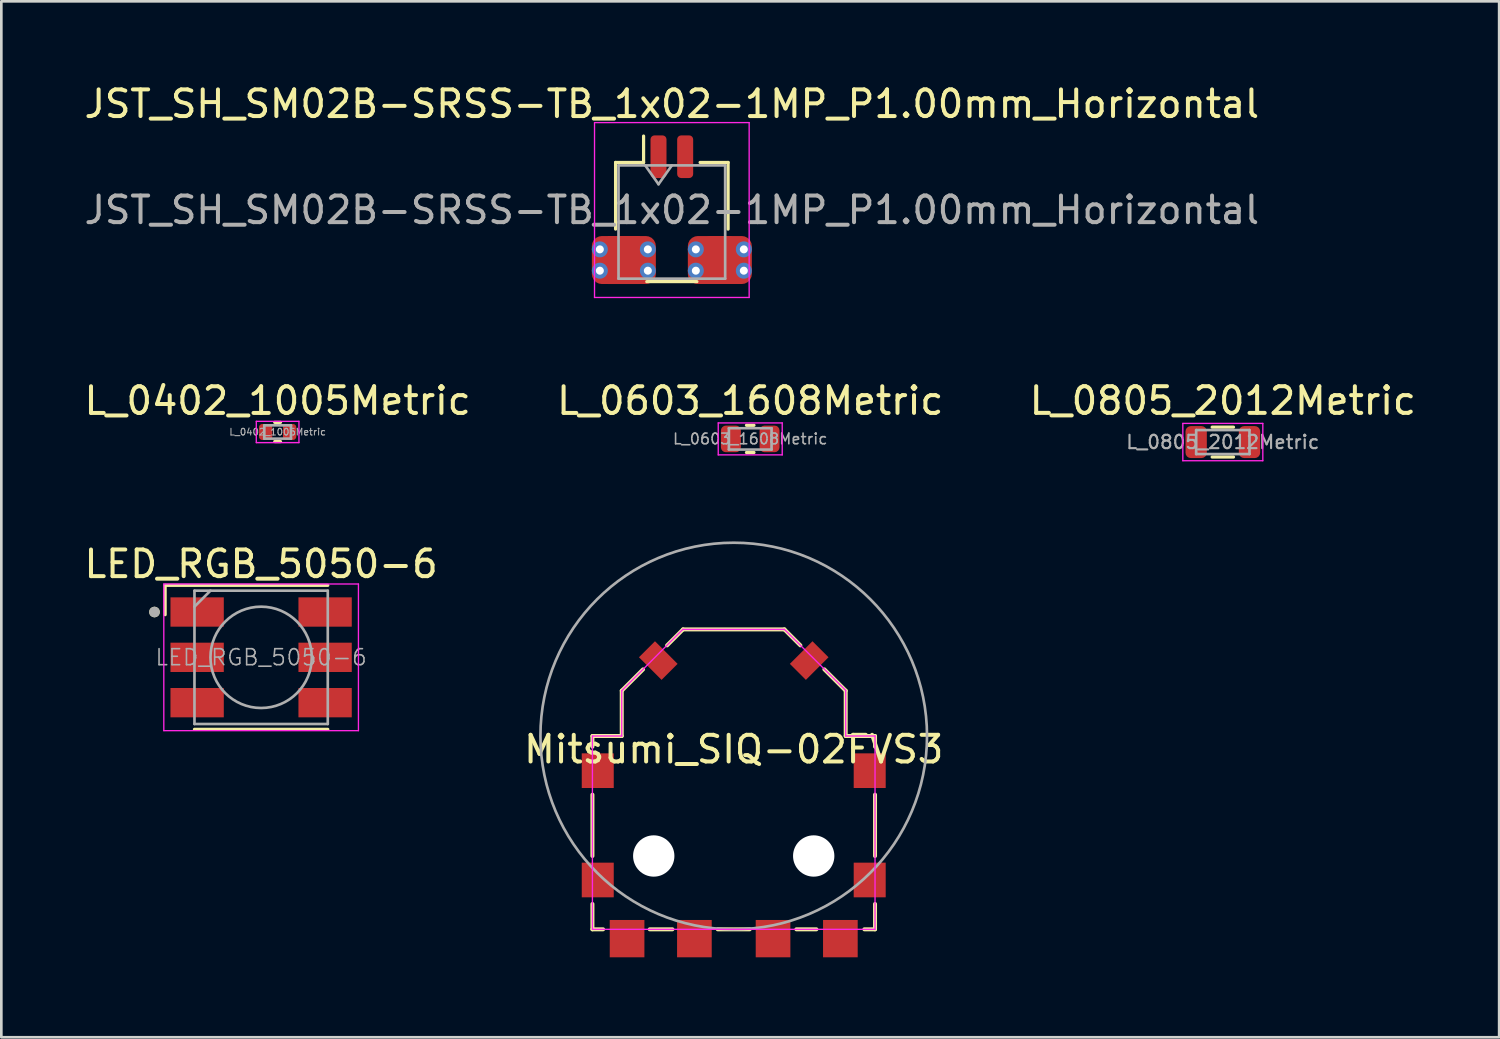
<source format=kicad_pcb>
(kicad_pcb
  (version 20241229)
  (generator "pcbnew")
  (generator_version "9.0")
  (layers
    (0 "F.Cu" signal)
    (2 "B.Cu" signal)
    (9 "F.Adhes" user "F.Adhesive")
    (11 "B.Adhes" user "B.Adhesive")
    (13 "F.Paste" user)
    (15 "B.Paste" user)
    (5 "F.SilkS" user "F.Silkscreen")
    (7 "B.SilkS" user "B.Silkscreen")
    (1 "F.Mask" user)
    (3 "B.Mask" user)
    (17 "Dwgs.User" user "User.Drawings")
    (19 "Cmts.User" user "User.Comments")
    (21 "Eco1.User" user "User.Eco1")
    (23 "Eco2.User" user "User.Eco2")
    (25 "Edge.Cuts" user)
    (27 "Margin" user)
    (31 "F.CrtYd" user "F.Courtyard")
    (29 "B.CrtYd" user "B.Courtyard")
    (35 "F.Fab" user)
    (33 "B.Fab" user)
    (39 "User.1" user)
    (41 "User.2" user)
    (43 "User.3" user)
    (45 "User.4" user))
  (footprint "LED_RGB_5050-6"
    (layer "F.Cu")
    (at 6.744 21.605)
    (property "Reference" "LED_RGB_5050-6" (at 0 -3.5 180) (layer "F.SilkS") (effects (font (size 1 1) (thickness 0.15))))
    (attr smd)
    (fp_line (start -3.6 -2.7) (end 2.5 -2.7) (stroke (width 0.12) (type solid)) (layer "F.SilkS"))
    (fp_line (start -3.6 -1.6) (end -3.6 -2.7) (stroke (width 0.12) (type solid)) (layer "F.SilkS"))
    (fp_line (start 2.5 2.7) (end -2.5 2.7) (stroke (width 0.12) (type solid)) (layer "F.SilkS"))
    (fp_circle (center -4 -1.7) (end -3.9 -1.7) (stroke (width 0.2) (type solid)) (fill no) (layer "F.SilkS"))
    (fp_line (start -3.65 -2.75) (end -3.65 2.75) (stroke (width 0.05) (type solid)) (layer "F.CrtYd"))
    (fp_line (start -3.65 2.75) (end 3.65 2.75) (stroke (width 0.05) (type solid)) (layer "F.CrtYd"))
    (fp_line (start 3.65 -2.75) (end -3.65 -2.75) (stroke (width 0.05) (type solid)) (layer "F.CrtYd"))
    (fp_line (start 3.65 2.75) (end 3.65 -2.75) (stroke (width 0.05) (type solid)) (layer "F.CrtYd"))
    (fp_line (start -2.5 -2.5) (end -2.5 2.5) (stroke (width 0.1) (type solid)) (layer "F.Fab"))
    (fp_line (start -2.5 -1.9) (end -1.9 -2.5) (stroke (width 0.1) (type solid)) (layer "F.Fab"))
    (fp_line (start -2.5 2.5) (end 2.5 2.5) (stroke (width 0.1) (type solid)) (layer "F.Fab"))
    (fp_line (start 2.5 -2.5) (end -2.5 -2.5) (stroke (width 0.1) (type solid)) (layer "F.Fab"))
    (fp_line (start 2.5 2.5) (end 2.5 -2.5) (stroke (width 0.1) (type solid)) (layer "F.Fab"))
    (fp_circle (center -4 -1.7) (end -3.9 -1.7) (stroke (width 0.2) (type solid)) (fill no) (layer "F.Fab"))
    (fp_circle (center 0 0) (end 0 -1.9) (stroke (width 0.1) (type solid)) (fill no) (layer "F.Fab"))
    (fp_text user "${REFERENCE}" (at 0 0 0) (layer "F.Fab") (effects (font (size 0.6 0.6) (thickness 0.06))))
    (pad "1" smd rect (at -2.4 -1.7 90) (size 1.1 2) (layers "F.Cu" "F.Mask" "F.Paste"))
    (pad "2" smd rect (at -2.4 0 90) (size 1.1 2) (layers "F.Cu" "F.Mask" "F.Paste"))
    (pad "3" smd rect (at -2.4 1.7 90) (size 1.1 2) (layers "F.Cu" "F.Mask" "F.Paste"))
    (pad "4" smd rect (at 2.4 1.7 90) (size 1.1 2) (layers "F.Cu" "F.Mask" "F.Paste"))
    (pad "5" smd rect (at 2.4 0 90) (size 1.1 2) (layers "F.Cu" "F.Mask" "F.Paste"))
    (pad "6" smd rect (at 2.4 -1.7 90) (size 1.1 2) (layers "F.Cu" "F.Mask" "F.Paste")))
  (footprint "Mitsumi_SIQ-02FVS3"
    (layer "F.Cu")
    (at 24.47 24.556)
    (property "Reference" "Mitsumi_SIQ-02FVS3" (at 0 0.5 0) (layer "F.SilkS") (effects (font (size 1 1) (thickness 0.15))))
    (attr through_hole)
    (fp_line (start -5.3 0) (end -4.2 0) (stroke (width 0.15) (type solid)) (layer "F.SilkS"))
    (fp_line (start -5.3 0.4) (end -5.3 0) (stroke (width 0.15) (type solid)) (layer "F.SilkS"))
    (fp_line (start -5.3 4.5) (end -5.3 2.2) (stroke (width 0.15) (type solid)) (layer "F.SilkS"))
    (fp_line (start -5.3 7.25) (end -5.3 6.3) (stroke (width 0.15) (type solid)) (layer "F.SilkS"))
    (fp_line (start -4.9 7.25) (end -5.3 7.25) (stroke (width 0.15) (type solid)) (layer "F.SilkS"))
    (fp_line (start -4.2 -1.7) (end -4.2 0) (stroke (width 0.15) (type solid)) (layer "F.SilkS"))
    (fp_line (start -3.4 -2.5) (end -4.2 -1.7) (stroke (width 0.15) (type solid)) (layer "F.SilkS"))
    (fp_line (start -2.3 7.25) (end -3.15 7.25) (stroke (width 0.15) (type solid)) (layer "F.SilkS"))
    (fp_line (start -1.9 -4) (end -2.5 -3.4) (stroke (width 0.15) (type solid)) (layer "F.SilkS"))
    (fp_line (start 0.6 7.25) (end -0.6 7.25) (stroke (width 0.15) (type solid)) (layer "F.SilkS"))
    (fp_line (start 1.9 -4) (end -1.9 -4) (stroke (width 0.15) (type solid)) (layer "F.SilkS"))
    (fp_line (start 1.9 -4) (end 2.5 -3.4) (stroke (width 0.15) (type solid)) (layer "F.SilkS"))
    (fp_line (start 3.1 7.25) (end 2.35 7.25) (stroke (width 0.15) (type solid)) (layer "F.SilkS"))
    (fp_line (start 3.4 -2.5) (end 4.2 -1.7) (stroke (width 0.15) (type solid)) (layer "F.SilkS"))
    (fp_line (start 4.2 -1.7) (end 4.2 0) (stroke (width 0.15) (type solid)) (layer "F.SilkS"))
    (fp_line (start 5.3 0) (end 4.2 0) (stroke (width 0.15) (type solid)) (layer "F.SilkS"))
    (fp_line (start 5.3 0.4) (end 5.3 0) (stroke (width 0.15) (type solid)) (layer "F.SilkS"))
    (fp_line (start 5.3 4.5) (end 5.3 2.2) (stroke (width 0.15) (type solid)) (layer "F.SilkS"))
    (fp_line (start 5.3 7.25) (end 4.9 7.25) (stroke (width 0.15) (type solid)) (layer "F.SilkS"))
    (fp_line (start 5.3 7.25) (end 5.3 6.3) (stroke (width 0.15) (type solid)) (layer "F.SilkS"))
    (fp_line (start -5.3 0) (end -5.3 7.25) (stroke (width 0.05) (type solid)) (layer "F.CrtYd"))
    (fp_line (start -5.3 7.25) (end 5.3 7.25) (stroke (width 0.05) (type solid)) (layer "F.CrtYd"))
    (fp_line (start -4.2 -1.7) (end -4.2 0) (stroke (width 0.05) (type solid)) (layer "F.CrtYd"))
    (fp_line (start -4.2 0) (end -5.3 0) (stroke (width 0.05) (type solid)) (layer "F.CrtYd"))
    (fp_line (start -1.91 -4) (end -4.2 -1.7) (stroke (width 0.05) (type solid)) (layer "F.CrtYd"))
    (fp_line (start 1.9 -4) (end -1.91 -4) (stroke (width 0.05) (type solid)) (layer "F.CrtYd"))
    (fp_line (start 4.2 -1.71) (end 1.9 -4) (stroke (width 0.05) (type solid)) (layer "F.CrtYd"))
    (fp_line (start 4.2 0) (end 4.2 -1.71) (stroke (width 0.05) (type solid)) (layer "F.CrtYd"))
    (fp_line (start 5.3 0) (end 4.2 0) (stroke (width 0.05) (type solid)) (layer "F.CrtYd"))
    (fp_line (start 5.3 7.25) (end 5.3 0) (stroke (width 0.05) (type solid)) (layer "F.CrtYd"))
    (fp_circle (center 0 0) (end 7.25 0) (stroke (width 0.1) (type solid)) (fill no) (layer "F.Fab"))
    (pad "" np_thru_hole circle (at -3 4.5) (size 1.55 1.55) (drill 1.55) (layers "*.Cu" "*.Mask"))
    (pad "" np_thru_hole circle (at 3 4.5) (size 1.55 1.55) (drill 1.55) (layers "*.Cu" "*.Mask"))
    (pad "A" smd rect (at -4 7.6) (size 1.3 1.4) (layers "F.Cu" "F.Mask" "F.Paste"))
    (pad "B" smd rect (at 4 7.6) (size 1.3 1.4) (layers "F.Cu" "F.Mask" "F.Paste"))
    (pad "C" smd rect (at 1.475 7.6) (size 1.3 1.4) (layers "F.Cu" "F.Mask" "F.Paste"))
    (pad "MP" smd rect (at -5.1 1.3) (size 1.2 1.3) (layers "F.Cu" "F.Mask" "F.Paste"))
    (pad "MP" smd rect (at -5.1 5.4) (size 1.2 1.3) (layers "F.Cu" "F.Mask" "F.Paste"))
    (pad "MP" smd rect (at -2.83 -2.83 45) (size 0.85 1.2) (layers "F.Cu" "F.Mask" "F.Paste"))
    (pad "MP" smd rect (at 2.83 -2.83 135) (size 0.85 1.2) (layers "F.Cu" "F.Mask" "F.Paste"))
    (pad "MP" smd rect (at 5.1 1.3) (size 1.2 1.3) (layers "F.Cu" "F.Mask" "F.Paste"))
    (pad "MP" smd rect (at 5.1 5.4) (size 1.2 1.3) (layers "F.Cu" "F.Mask" "F.Paste"))
    (pad "S" smd rect (at -1.475 7.6) (size 1.3 1.4) (layers "F.Cu" "F.Mask" "F.Paste")))
  (footprint "L_0402_1005Metric"
    (layer "F.Cu")
    (at 7.363 13.152)
    (property "Reference" "L_0402_1005Metric" (at 0 -1.17 0) (layer "F.SilkS") (effects (font (size 1 1) (thickness 0.15))))
    (attr smd)
    (fp_line (start -0.108 -0.36) (end 0.108 -0.36) (stroke (width 0.12) (type solid)) (layer "F.SilkS"))
    (fp_line (start -0.108 0.36) (end 0.108 0.36) (stroke (width 0.12) (type solid)) (layer "F.SilkS"))
    (fp_line (start -0.8 -0.4) (end 0.8 -0.4) (stroke (width 0.05) (type solid)) (layer "F.CrtYd"))
    (fp_line (start -0.8 0.4) (end -0.8 -0.4) (stroke (width 0.05) (type solid)) (layer "F.CrtYd"))
    (fp_line (start 0.8 0.4) (end -0.8 0.4) (stroke (width 0.05) (type solid)) (layer "F.CrtYd"))
    (fp_line (start 0.8 0.4) (end 0.8 -0.4) (stroke (width 0.05) (type solid)) (layer "F.CrtYd"))
    (fp_line (start -0.5 -0.25) (end 0.5 -0.25) (stroke (width 0.1) (type solid)) (layer "F.Fab"))
    (fp_line (start -0.5 0.25) (end -0.5 -0.25) (stroke (width 0.1) (type solid)) (layer "F.Fab"))
    (fp_line (start 0.5 -0.25) (end 0.5 0.25) (stroke (width 0.1) (type solid)) (layer "F.Fab"))
    (fp_line (start 0.5 0.25) (end -0.5 0.25) (stroke (width 0.1) (type solid)) (layer "F.Fab"))
    (fp_text user "${REFERENCE}" (at 0 0 0) (layer "F.Fab") (effects (font (size 0.25 0.25) (thickness 0.04))))
    (pad "1" smd roundrect (at -0.45 0) (size 0.5 0.6) (layers "F.Cu" "F.Mask" "F.Paste") (roundrect_rratio 0.25))
    (pad "2" smd roundrect (at 0.45 0) (size 0.5 0.6) (layers "F.Cu" "F.Mask" "F.Paste") (roundrect_rratio 0.25)))
  (footprint "L_0603_1608Metric"
    (layer "F.Cu")
    (at 25.089 13.412)
    (property "Reference" "L_0603_1608Metric" (at 0 -1.43 0) (layer "F.SilkS") (effects (font (size 1 1) (thickness 0.15))))
    (attr smd)
    (fp_line (start -0.141 -0.51) (end 0.141 -0.51) (stroke (width 0.12) (type solid)) (layer "F.SilkS"))
    (fp_line (start -0.141 0.51) (end 0.141 0.51) (stroke (width 0.12) (type solid)) (layer "F.SilkS"))
    (fp_line (start -1.2 0.6) (end -1.2 -0.6) (stroke (width 0.05) (type solid)) (layer "F.CrtYd"))
    (fp_line (start 1.2 -0.6) (end -1.2 -0.6) (stroke (width 0.05) (type default)) (layer "F.CrtYd"))
    (fp_line (start 1.2 0.6) (end -1.2 0.6) (stroke (width 0.05) (type default)) (layer "F.CrtYd"))
    (fp_line (start 1.2 0.6) (end 1.2 -0.6) (stroke (width 0.05) (type solid)) (layer "F.CrtYd"))
    (fp_line (start -0.8 -0.4) (end 0.8 -0.4) (stroke (width 0.1) (type solid)) (layer "F.Fab"))
    (fp_line (start -0.8 0.4) (end -0.8 -0.4) (stroke (width 0.1) (type solid)) (layer "F.Fab"))
    (fp_line (start 0.8 -0.4) (end 0.8 0.4) (stroke (width 0.1) (type solid)) (layer "F.Fab"))
    (fp_line (start 0.8 0.4) (end -0.8 0.4) (stroke (width 0.1) (type solid)) (layer "F.Fab"))
    (fp_text user "${REFERENCE}" (at 0 0 0) (layer "F.Fab") (effects (font (size 0.4 0.4) (thickness 0.06))))
    (pad "1" smd roundrect (at -0.725 0) (size 0.75 1) (layers "F.Cu" "F.Mask" "F.Paste") (roundrect_rratio 0.25))
    (pad "2" smd roundrect (at 0.725 0) (size 0.75 1) (layers "F.Cu" "F.Mask" "F.Paste") (roundrect_rratio 0.25)))
  (footprint "L_0805_2012Metric"
    (layer "F.Cu")
    (at 42.815 13.531)
    (property "Reference" "L_0805_2012Metric" (at 0 -1.55 0) (layer "F.SilkS") (effects (font (size 1 1) (thickness 0.15))))
    (attr smd)
    (fp_line (start -0.4 -0.56) (end 0.4 -0.56) (stroke (width 0.12) (type solid)) (layer "F.SilkS"))
    (fp_line (start -0.4 0.56) (end 0.4 0.56) (stroke (width 0.12) (type solid)) (layer "F.SilkS"))
    (fp_line (start -1.5 -0.7) (end -1.5 0.7) (stroke (width 0.05) (type solid)) (layer "F.CrtYd"))
    (fp_line (start -1.5 -0.7) (end 1.5 -0.7) (stroke (width 0.05) (type solid)) (layer "F.CrtYd"))
    (fp_line (start 1.5 -0.7) (end 1.5 0.7) (stroke (width 0.05) (type solid)) (layer "F.CrtYd"))
    (fp_line (start 1.5 0.7) (end -1.5 0.7) (stroke (width 0.05) (type solid)) (layer "F.CrtYd"))
    (fp_line (start -1 -0.45) (end 1 -0.45) (stroke (width 0.1) (type solid)) (layer "F.Fab"))
    (fp_line (start -1 0.45) (end -1 -0.45) (stroke (width 0.1) (type solid)) (layer "F.Fab"))
    (fp_line (start 1 -0.45) (end 1 0.45) (stroke (width 0.1) (type solid)) (layer "F.Fab"))
    (fp_line (start 1 0.45) (end -1 0.45) (stroke (width 0.1) (type solid)) (layer "F.Fab"))
    (fp_text user "${REFERENCE}" (at 0 0 0) (layer "F.Fab") (effects (font (size 0.5 0.5) (thickness 0.08))))
    (pad "1" smd roundrect (at -1 0) (size 0.8 1.2) (layers "F.Cu" "F.Mask" "F.Paste") (roundrect_rratio 0.25))
    (pad "2" smd roundrect (at 1 0) (size 0.8 1.2) (layers "F.Cu" "F.Mask" "F.Paste") (roundrect_rratio 0.25)))
  (footprint "JST_SH_SM02B-SRSS-TB_1x02-1MP_P1.00mm_Horizontal"
    (layer "F.Cu")
    (at 22.149 4.828)
    (property "Reference" "JST_SH_SM02B-SRSS-TB_1x02-1MP_P1.00mm_Horizontal" (at 0 -3.98 0) (layer "F.SilkS") (effects (font (size 1 1) (thickness 0.15))))
    (attr smd)
    (fp_line (start -2.11 -1.785) (end -1.06 -1.785) (stroke (width 0.12) (type solid)) (layer "F.SilkS"))
    (fp_line (start -2.11 0.715) (end -2.11 -1.785) (stroke (width 0.12) (type solid)) (layer "F.SilkS"))
    (fp_line (start -1.06 -1.785) (end -1.06 -2.775) (stroke (width 0.12) (type solid)) (layer "F.SilkS"))
    (fp_line (start -0.94 2.685) (end 0.94 2.685) (stroke (width 0.12) (type solid)) (layer "F.SilkS"))
    (fp_line (start 2.11 -1.785) (end 1.06 -1.785) (stroke (width 0.12) (type solid)) (layer "F.SilkS"))
    (fp_line (start 2.11 0.715) (end 2.11 -1.785) (stroke (width 0.12) (type solid)) (layer "F.SilkS"))
    (fp_line (start -2.9 -3.28) (end -2.9 3.28) (stroke (width 0.05) (type solid)) (layer "F.CrtYd"))
    (fp_line (start -2.9 3.28) (end 2.9 3.28) (stroke (width 0.05) (type solid)) (layer "F.CrtYd"))
    (fp_line (start 2.9 -3.28) (end -2.9 -3.28) (stroke (width 0.05) (type solid)) (layer "F.CrtYd"))
    (fp_line (start 2.9 3.28) (end 2.9 -3.28) (stroke (width 0.05) (type solid)) (layer "F.CrtYd"))
    (fp_line (start -2 -1.675) (end -2 2.575) (stroke (width 0.1) (type solid)) (layer "F.Fab"))
    (fp_line (start -2 -1.675) (end 2 -1.675) (stroke (width 0.1) (type solid)) (layer "F.Fab"))
    (fp_line (start -2 2.575) (end 2 2.575) (stroke (width 0.1) (type solid)) (layer "F.Fab"))
    (fp_line (start -1 -1.675) (end -0.5 -0.968) (stroke (width 0.1) (type solid)) (layer "F.Fab"))
    (fp_line (start -0.5 -0.968) (end 0 -1.675) (stroke (width 0.1) (type solid)) (layer "F.Fab"))
    (fp_line (start 2 -1.675) (end 2 2.575) (stroke (width 0.1) (type solid)) (layer "F.Fab"))
    (fp_text user "${REFERENCE}" (at 0 0 0) (layer "F.Fab") (effects (font (size 1 1) (thickness 0.15))))
    (pad "1" smd roundrect (at -0.5 -2) (size 0.6 1.6) (layers "F.Cu" "F.Mask" "F.Paste") (roundrect_rratio 0.25))
    (pad "2" smd roundrect (at 0.5 -2) (size 0.6 1.6) (layers "F.Cu" "F.Mask" "F.Paste") (roundrect_rratio 0.25))
    (pad "MP" thru_hole circle (at -2.7 1.475) (size 0.6 0.6) (drill 0.3) (layers "*.Cu"))
    (pad "MP" thru_hole circle (at -2.7 2.275) (size 0.6 0.6) (drill 0.3) (layers "*.Cu"))
    (pad "MP" smd rect (at -1.8 1.875) (size 1.2 1.8) (layers "F.Cu" "F.Mask" "F.Paste"))
    (pad "MP" smd roundrect (at -1.8 1.875) (size 2.4 1.8) (layers "F.Cu") (roundrect_rratio 0.208))
    (pad "MP" thru_hole circle (at -0.9 1.475) (size 0.6 0.6) (drill 0.3) (layers "*.Cu"))
    (pad "MP" thru_hole circle (at -0.9 2.275) (size 0.6 0.6) (drill 0.3) (layers "*.Cu"))
    (pad "MP" thru_hole circle (at 0.9 1.475) (size 0.6 0.6) (drill 0.3) (layers "*.Cu"))
    (pad "MP" thru_hole circle (at 0.9 2.275) (size 0.6 0.6) (drill 0.3) (layers "*.Cu"))
    (pad "MP" smd roundrect (at 1.8 1.875) (size 1.2 1.8) (layers "F.Cu" "F.Mask" "F.Paste") (roundrect_rratio 0.208))
    (pad "MP" smd roundrect (at 1.8 1.875) (size 2.4 1.8) (layers "F.Cu") (roundrect_rratio 0.208))
    (pad "MP" thru_hole circle (at 2.7 1.475) (size 0.6 0.6) (drill 0.3) (layers "*.Cu"))
    (pad "MP" thru_hole circle (at 2.7 2.275) (size 0.6 0.6) (drill 0.3) (layers "*.Cu")))
  (gr_rect
    (start -3 -3)
    (end 53.179 35.856)
    (stroke (width 0.1) (type default))
    (fill no)
    (layer "Edge.Cuts")))
</source>
